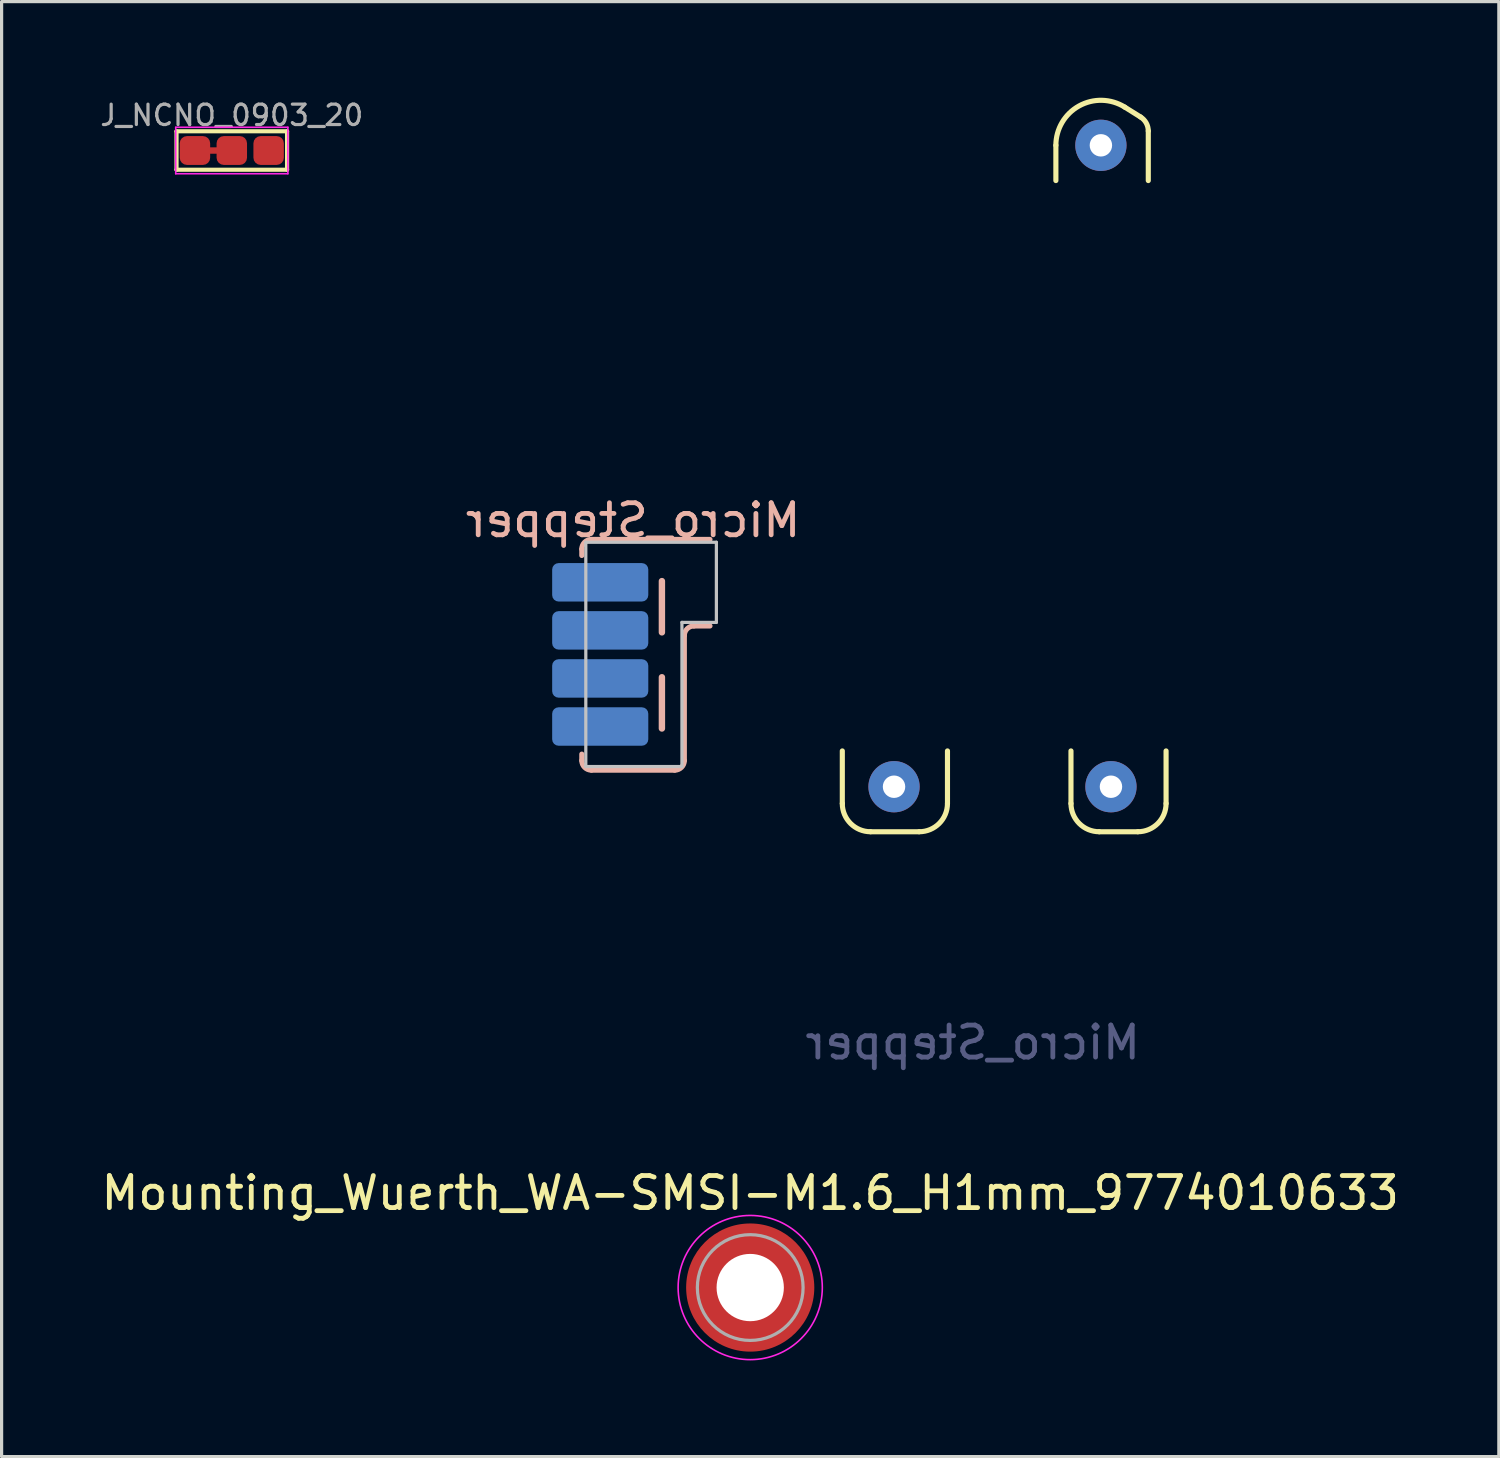
<source format=kicad_pcb>
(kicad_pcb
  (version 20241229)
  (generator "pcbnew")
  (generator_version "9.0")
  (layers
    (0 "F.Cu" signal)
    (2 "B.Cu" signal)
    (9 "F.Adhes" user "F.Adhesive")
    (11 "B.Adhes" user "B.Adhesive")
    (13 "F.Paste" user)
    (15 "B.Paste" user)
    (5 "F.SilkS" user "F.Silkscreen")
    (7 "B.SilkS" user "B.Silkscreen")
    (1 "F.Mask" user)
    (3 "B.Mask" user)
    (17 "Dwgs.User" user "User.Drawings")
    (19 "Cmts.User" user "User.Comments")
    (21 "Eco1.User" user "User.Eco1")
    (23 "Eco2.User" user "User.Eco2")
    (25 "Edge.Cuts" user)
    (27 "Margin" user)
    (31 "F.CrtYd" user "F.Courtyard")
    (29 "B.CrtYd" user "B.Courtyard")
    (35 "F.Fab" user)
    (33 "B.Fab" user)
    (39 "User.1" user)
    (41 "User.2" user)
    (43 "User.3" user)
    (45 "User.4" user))
  (footprint "Micro_Stepper"
    (layer "F.Cu")
    (at 31.307 1.485)
    (property "Reference" "Micro_Stepper" (at -14.6 11.7 0) (unlocked yes) (layer "B.SilkS") (effects (font (size 1 1) (thickness 0.15)) (justify mirror)))
    (attr through_hole)
    (fp_line (start -8.07 20.541) (end -8.07 18.9) (stroke (width 0.16) (type solid)) (layer "F.SilkS"))
    (fp_line (start -5.67 21.422) (end -7.189 21.422) (stroke (width 0.16) (type solid)) (layer "F.SilkS"))
    (fp_line (start -4.788 18.9) (end -4.788 20.541) (stroke (width 0.16) (type solid)) (layer "F.SilkS"))
    (fp_line (start -1.405 1.1) (end -1.405 0) (stroke (width 0.16) (type solid)) (layer "F.SilkS"))
    (fp_line (start -0.934 20.541) (end -0.934 18.9) (stroke (width 0.16) (type solid)) (layer "F.SilkS"))
    (fp_line (start 0.745 -1.192) (end 1.237 -0.884) (stroke (width 0.16) (type solid)) (layer "F.SilkS"))
    (fp_line (start 1.153 21.422) (end -0.052 21.422) (stroke (width 0.16) (type solid)) (layer "F.SilkS"))
    (fp_line (start 1.479 -0.448) (end 1.479 1.1) (stroke (width 0.16) (type solid)) (layer "F.SilkS"))
    (fp_line (start 2.034 20.541) (end 2.034 18.9) (stroke (width 0.16) (type solid)) (layer "F.SilkS"))
    (fp_arc (start -7.18928 21.422) (mid -7.812382 21.163902) (end -8.07048 20.5408) (stroke (width 0.16) (type solid)) (layer "F.SilkS"))
    (fp_arc (start -4.78848 20.5408) (mid -5.046578 21.163902) (end -5.66968 21.422) (stroke (width 0.16) (type solid)) (layer "F.SilkS"))
    (fp_arc (start -1.4052 0) (mid -0.681254 -1.229016) (end 0.744643 -1.191677) (stroke (width 0.16) (type solid)) (layer "F.SilkS"))
    (fp_arc (start -0.0524 21.422) (mid -0.675502 21.163902) (end -0.9336 20.5408) (stroke (width 0.16) (type solid)) (layer "F.SilkS"))
    (fp_arc (start 1.236751 -0.884174) (mid 1.414065 -0.697324) (end 1.47856 -0.447938) (stroke (width 0.16) (type solid)) (layer "F.SilkS"))
    (fp_arc (start 2.034 20.5408) (mid 1.775902 21.163902) (end 1.1528 21.422) (stroke (width 0.16) (type solid)) (layer "F.SilkS"))
    (fp_line (start -16.2 12.6) (end -16.2 12.8) (stroke (width 0.16) (type solid)) (layer "B.SilkS"))
    (fp_line (start -16.2 19) (end -16.2 19.2) (stroke (width 0.16) (type solid)) (layer "B.SilkS"))
    (fp_line (start -15.9 19.5) (end -13.3 19.5) (stroke (width 0.16) (type solid)) (layer "B.SilkS"))
    (fp_line (start -13.7 15.2) (end -13.7 13.6) (stroke (width 0.2) (type solid)) (layer "B.SilkS"))
    (fp_line (start -13.7 16.6) (end -13.7 18.2) (stroke (width 0.2) (type solid)) (layer "B.SilkS"))
    (fp_line (start -13 19.2) (end -13 15.3) (stroke (width 0.16) (type solid)) (layer "B.SilkS"))
    (fp_line (start -12.7 15) (end -12.2 15) (stroke (width 0.16) (type solid)) (layer "B.SilkS"))
    (fp_line (start -12.2 12.3) (end -15.9 12.3) (stroke (width 0.16) (type solid)) (layer "B.SilkS"))
    (fp_arc (start -16.2 12.6) (mid -16.112132 12.387868) (end -15.9 12.3) (stroke (width 0.16) (type solid)) (layer "B.SilkS"))
    (fp_arc (start -15.9 19.5) (mid -16.112132 19.412132) (end -16.2 19.2) (stroke (width 0.16) (type solid)) (layer "B.SilkS"))
    (fp_arc (start -13 15.3) (mid -12.912132 15.087868) (end -12.7 15) (stroke (width 0.16) (type solid)) (layer "B.SilkS"))
    (fp_arc (start -13 19.2) (mid -13.087868 19.412132) (end -13.3 19.5) (stroke (width 0.16) (type solid)) (layer "B.SilkS"))
    (fp_line (start -16.075 12.388) (end -12 12.388) (stroke (width 0.1) (type solid)) (layer "Dwgs.User"))
    (fp_line (start -16.075 19.388) (end -16.075 12.388) (stroke (width 0.1) (type solid)) (layer "Dwgs.User"))
    (fp_line (start -13.075 14.888) (end -13.075 19.388) (stroke (width 0.1) (type solid)) (layer "Dwgs.User"))
    (fp_line (start -13.075 14.888) (end -12 14.888) (stroke (width 0.1) (type solid)) (layer "Dwgs.User"))
    (fp_line (start -13.075 19.388) (end -16.075 19.388) (stroke (width 0.1) (type solid)) (layer "Dwgs.User"))
    (fp_line (start -12 14.888) (end -12 12.388) (stroke (width 0.1) (type solid)) (layer "Dwgs.User"))
    (fp_text user "${REFERENCE}" (at -4 28 0) (unlocked yes) (layer "B.Fab") (effects (font (size 1 1) (thickness 0.15)) (justify mirror)))
    (pad "0" thru_hole circle (at -6.456 20.017) (size 1.6 1.6) (drill 0.7) (layers "*.Cu" "*.Mask"))
    (pad "0" thru_hole circle (at 0 0) (size 1.6 1.6) (drill 0.7) (layers "*.Cu" "*.Mask"))
    (pad "0" thru_hole circle (at 0.314 20.017) (size 1.6 1.6) (drill 0.7) (layers "*.Cu" "*.Mask") (remove_unused_layers yes) (keep_end_layers yes) (zone_layer_connections))
    (pad "1" smd roundrect (at -15.625 13.638) (size 3 1.2) (layers "B.Cu" "B.Mask" "B.Paste") (roundrect_rratio 0.167))
    (pad "2" smd roundrect (at -15.625 15.138) (size 3 1.2) (layers "B.Cu" "B.Mask" "B.Paste") (roundrect_rratio 0.167))
    (pad "3" smd roundrect (at -15.625 16.638) (size 3 1.2) (layers "B.Cu" "B.Mask" "B.Paste") (roundrect_rratio 0.167))
    (pad "4" smd roundrect (at -15.625 18.138) (size 3 1.2) (layers "B.Cu" "B.Mask" "B.Paste") (roundrect_rratio 0.167)))
  (footprint "J_NCNO_0903_20"
    (layer "F.Cu")
    (at 4.184 1.647)
    (property "Reference" "J_NCNO_0903_20" (at 0 -1.1 0) (layer "F.Fab") (effects (font (size 0.635 0.635) (thickness 0.1))))
    (attr exclude_from_pos_files exclude_from_bom)
    (fp_line (start -0.675 0) (end -0.475 0) (stroke (width 0.2) (type solid)) (layer "F.Cu"))
    (fp_poly (pts (xy -0.625 -0.25) (xy -0.525 -0.25) (xy -0.525 0.25) (xy -0.625 0.25)) (stroke (width 0.15) (type solid)) (fill yes) (layer "F.Mask"))
    (fp_poly (pts (xy 0.525 -0.25) (xy 0.625 -0.25) (xy 0.625 0.25) (xy 0.525 0.25)) (stroke (width 0.15) (type solid)) (fill yes) (layer "F.Mask"))
    (fp_line (start -1.725 -0.6) (end -1.725 0.6) (stroke (width 0.13) (type solid)) (layer "F.SilkS"))
    (fp_line (start -1.725 -0.6) (end 1.725 -0.6) (stroke (width 0.13) (type solid)) (layer "F.SilkS"))
    (fp_line (start 1.725 -0.6) (end 1.725 0.6) (stroke (width 0.13) (type solid)) (layer "F.SilkS"))
    (fp_line (start 1.725 0.6) (end -1.725 0.6) (stroke (width 0.13) (type solid)) (layer "F.SilkS"))
    (fp_line (start -1.75 -0.725) (end -1.75 0.725) (stroke (width 0.05) (type solid)) (layer "F.CrtYd"))
    (fp_line (start -1.75 -0.725) (end 1.75 -0.725) (stroke (width 0.05) (type solid)) (layer "F.CrtYd"))
    (fp_line (start -1.75 0.725) (end 1.75 0.725) (stroke (width 0.05) (type solid)) (layer "F.CrtYd"))
    (fp_line (start 1.75 -0.725) (end 1.75 0.725) (stroke (width 0.05) (type solid)) (layer "F.CrtYd"))
    (pad "1" smd roundrect (at -1.15 0) (size 0.95 0.9) (layers "F.Cu" "F.Mask") (roundrect_rratio 0.25))
    (pad "2" smd roundrect (at 0 0) (size 0.95 0.9) (layers "F.Cu" "F.Mask") (roundrect_rratio 0.25))
    (pad "3" smd roundrect (at 1.15 0) (size 0.95 0.9) (layers "F.Cu" "F.Mask") (roundrect_rratio 0.25)))
  (footprint "Mounting_Wuerth_WA-SMSI-M1.6_H1mm_9774010633"
    (layer "F.Cu")
    (at 20.363 37.132)
    (property "Reference" "Mounting_Wuerth_WA-SMSI-M1.6_H1mm_9774010633" (at 0 -2.95 0) (layer "F.SilkS") (effects (font (size 1 1) (thickness 0.15))))
    (attr smd)
    (fp_circle (center 0 0) (end 2.25 0) (stroke (width 0.05) (type solid)) (fill no) (layer "F.CrtYd"))
    (fp_circle (center 0 0) (end 1.65 0) (stroke (width 0.1) (type solid)) (fill no) (layer "F.Fab"))
    (pad "" smd custom (at -1.061 -1.061) (size 0.4 0.4) (layers "F.Paste") (options (anchor circle)) (primitives (gr_arc (start -0.101235 0.76066) (mid 0.211799 0.212465) (end 0.759748 -0.100999) (width 0.2)) (gr_arc (start -0.204251 0.76066) (mid 0.141299 0.141544) (end 0.760323 -0.204171) (width 0.2)) (gr_arc (start -0.306819 0.76066) (mid 0.070255 0.071167) (end 0.759401 -0.306542) (width 0.2)) (gr_arc (start -0.409034 0.76066) (mid -0.000242 0.000241) (end 0.759991 -0.408897) (width 0.2)) (gr_arc (start -0.510963 0.76066) (mid -0.071561 -0.06986) (end 0.758297 -0.51051) (width 0.2)) (gr_arc (start -0.61266 0.76066) (mid -0.142171 -0.140671) (end 0.758572 -0.612284) (width 0.2)) (gr_arc (start -0.714164 0.76066) (mid -0.212264 -0.212) (end 0.760292 -0.714102) (width 0.2)) (gr_line (start 0.761 -0.101) (end 0.761 -0.714) (width 0.2)) (gr_line (start -0.101 0.761) (end -0.714 0.761) (width 0.2))))
    (pad "" smd custom (at -1.061 1.061) (size 0.4 0.4) (layers "F.Paste") (options (anchor circle)) (primitives (gr_arc (start 0.76066 0.101235) (mid 0.212465 -0.211799) (end -0.100999 -0.759748) (width 0.2)) (gr_arc (start 0.76066 0.204251) (mid 0.141544 -0.141299) (end -0.204171 -0.760323) (width 0.2)) (gr_arc (start 0.76066 0.306819) (mid 0.071167 -0.070255) (end -0.306542 -0.759401) (width 0.2)) (gr_arc (start 0.76066 0.409034) (mid 0.000241 0.000242) (end -0.408897 -0.759991) (width 0.2)) (gr_arc (start 0.76066 0.510963) (mid -0.06986 0.071561) (end -0.51051 -0.758297) (width 0.2)) (gr_arc (start 0.76066 0.61266) (mid -0.140671 0.142171) (end -0.612284 -0.758572) (width 0.2)) (gr_arc (start 0.76066 0.714164) (mid -0.212 0.212264) (end -0.714102 -0.760292) (width 0.2)) (gr_line (start -0.101 -0.761) (end -0.714 -0.761) (width 0.2)) (gr_line (start 0.761 0.101) (end 0.761 0.714) (width 0.2))))
    (pad "" np_thru_hole circle (at 0 0) (size 2.1 2.1) (drill 2.1) (layers "*.Cu" "*.Mask"))
    (pad "" smd custom (at 1.061 -1.061) (size 0.4 0.4) (layers "F.Paste") (options (anchor circle)) (primitives (gr_arc (start -0.76066 -0.101235) (mid -0.212465 0.211799) (end 0.100999 0.759748) (width 0.2)) (gr_arc (start -0.76066 -0.204251) (mid -0.141544 0.141299) (end 0.204171 0.760323) (width 0.2)) (gr_arc (start -0.76066 -0.306819) (mid -0.071167 0.070255) (end 0.306542 0.759401) (width 0.2)) (gr_arc (start -0.76066 -0.409034) (mid -0.000241 -0.000242) (end 0.408897 0.759991) (width 0.2)) (gr_arc (start -0.76066 -0.510963) (mid 0.06986 -0.071561) (end 0.51051 0.758297) (width 0.2)) (gr_arc (start -0.76066 -0.61266) (mid 0.140671 -0.142171) (end 0.612284 0.758572) (width 0.2)) (gr_arc (start -0.76066 -0.714164) (mid 0.212 -0.212264) (end 0.714102 0.760292) (width 0.2)) (gr_line (start 0.101 0.761) (end 0.714 0.761) (width 0.2)) (gr_line (start -0.761 -0.101) (end -0.761 -0.714) (width 0.2))))
    (pad "" smd custom (at 1.061 1.061) (size 0.4 0.4) (layers "F.Paste") (options (anchor circle)) (primitives (gr_arc (start 0.101235 -0.76066) (mid -0.211799 -0.212465) (end -0.759748 0.100999) (width 0.2)) (gr_arc (start 0.204251 -0.76066) (mid -0.141299 -0.141544) (end -0.760323 0.204171) (width 0.2)) (gr_arc (start 0.306819 -0.76066) (mid -0.070255 -0.071167) (end -0.759401 0.306542) (width 0.2)) (gr_arc (start 0.409034 -0.76066) (mid 0.000242 -0.000241) (end -0.759991 0.408897) (width 0.2)) (gr_arc (start 0.510963 -0.76066) (mid 0.071561 0.06986) (end -0.758297 0.51051) (width 0.2)) (gr_arc (start 0.61266 -0.76066) (mid 0.142171 0.140671) (end -0.758572 0.612284) (width 0.2)) (gr_arc (start 0.714164 -0.76066) (mid 0.212264 0.212) (end -0.760292 0.714102) (width 0.2)) (gr_line (start -0.761 0.101) (end -0.761 0.714) (width 0.2)) (gr_line (start 0.101 -0.761) (end 0.714 -0.761) (width 0.2))))
    (pad "1" smd circle (at 0 0) (size 4 4) (layers "F.Cu" "F.Mask")))
  (gr_rect
    (start -3 -3)
    (end 43.726 42.407)
    (stroke (width 0.1) (type default))
    (fill no)
    (layer "Edge.Cuts")))
</source>
